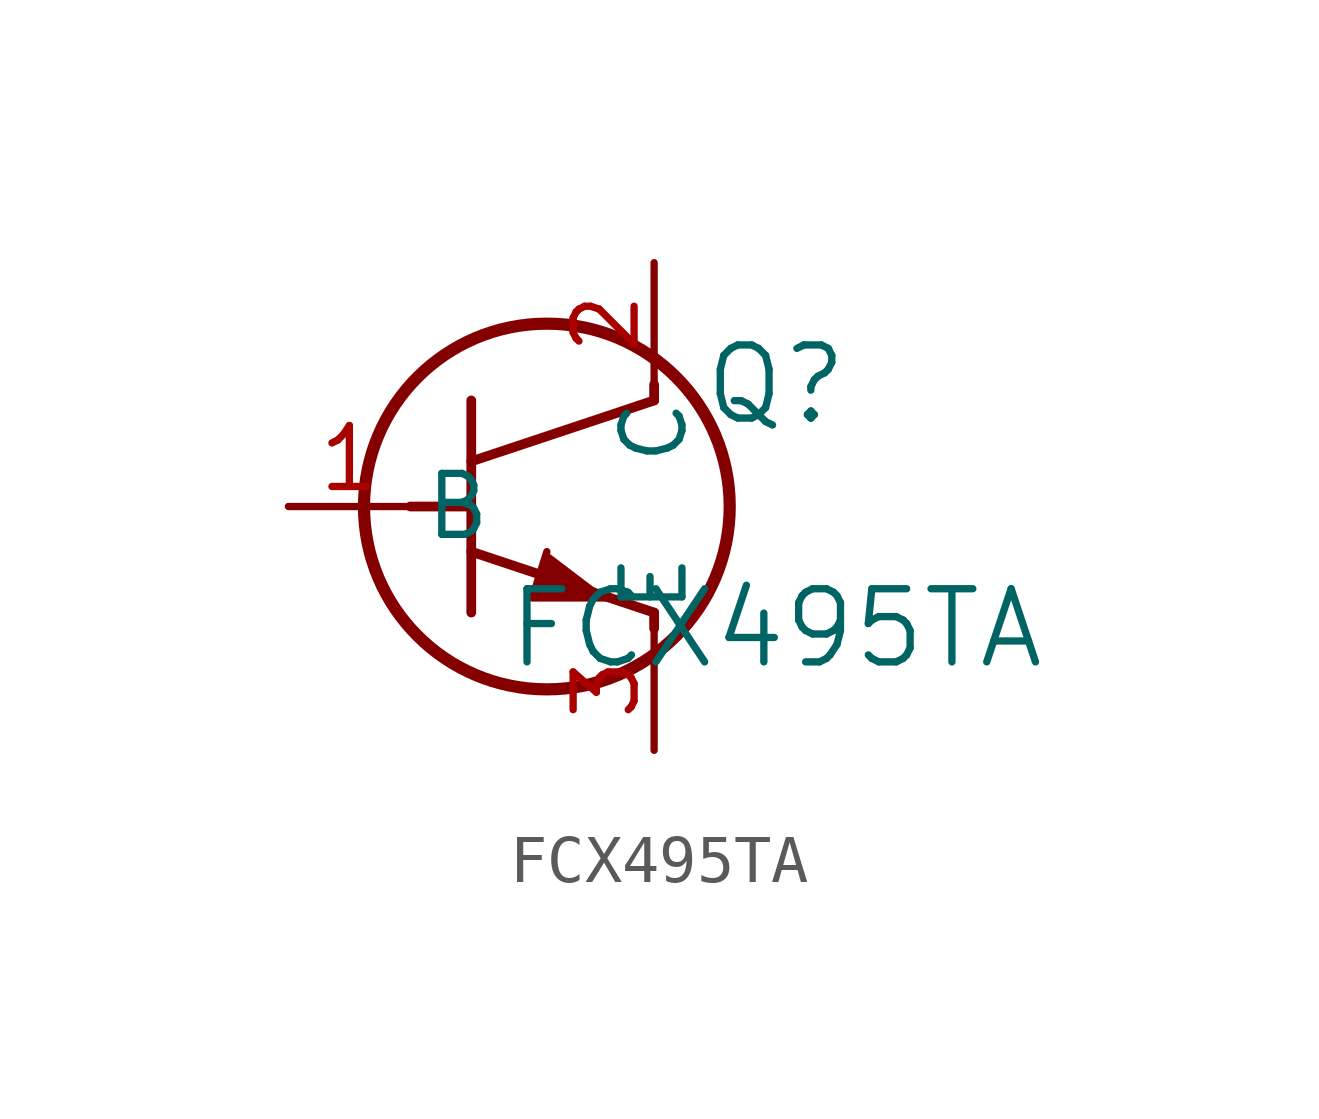
<source format=kicad_sym>
(kicad_symbol_lib
  (version 20211014)
  (generator kicad_symbol_editor)
  (symbol "FCX495TA"
    (pin_names
      (offset 0.254))
    (property "Reference" "Q"
      (at 10.16 2.54 0)
      (effects (font (size 1.524 1.524))))
    (property "Value" "FCX495TA"
      (at 10.16 -2.54 0)
      (effects (font (size 1.524 1.524))))
    (circle
      (center 5.385 0)
      (radius 3.81)
      (stroke (width 0.254) (type default) (color 0 0 0 0))
      (fill (type none)))
    (polyline
      (pts (xy 3.81 -2.21) (xy 3.81 2.21))
      (stroke (width 0.203) (type default) (color 0 0 0 0))
      (fill (type none)))
    (polyline
      (pts (xy 3.81 0.94) (xy 7.62 2.21))
      (stroke (width 0.203) (type default) (color 0 0 0 0))
      (fill (type none)))
    (polyline
      (pts (xy 3.81 -0.94) (xy 7.62 -2.21))
      (stroke (width 0.203) (type default) (color 0 0 0 0))
      (fill (type none)))
    (polyline
      (pts (xy 7.62 -2.54) (xy 7.62 -2.21))
      (stroke (width 0.203) (type default) (color 0 0 0 0))
      (fill (type none)))
    (polyline
      (pts (xy 7.62 2.21) (xy 7.62 2.54))
      (stroke (width 0.203) (type default) (color 0 0 0 0))
      (fill (type none)))
    (polyline
      (pts (xy 2.54 0) (xy 3.81 0))
      (stroke (width 0.203) (type default) (color 0 0 0 0))
      (fill (type none)))
    (polyline
      (pts (xy 5.385 -0.94) (xy 5.08 -1.905) (xy 6.655 -1.905))
      (stroke (width 0) (type default) (color 0 0 0 0))
      (fill (type outline)))
    (pin unspecified line
      (at 0 0 0)
      (length 2.54)
      (name "B" (effects (font (size 1.27 1.27))))
      (number "1" (effects (font (size 1.27 1.27)))))
    (pin unspecified line
      (at 7.62 5.08 270)
      (length 2.54)
      (name "C" (effects (font (size 1.27 1.27))))
      (number "2" (effects (font (size 1.27 1.27)))))
    (pin unspecified line
      (at 7.62 -5.08 90)
      (length 2.54)
      (name "E" (effects (font (size 1.27 1.27))))
      (number "3" (effects (font (size 1.27 1.27)))))))
</source>
